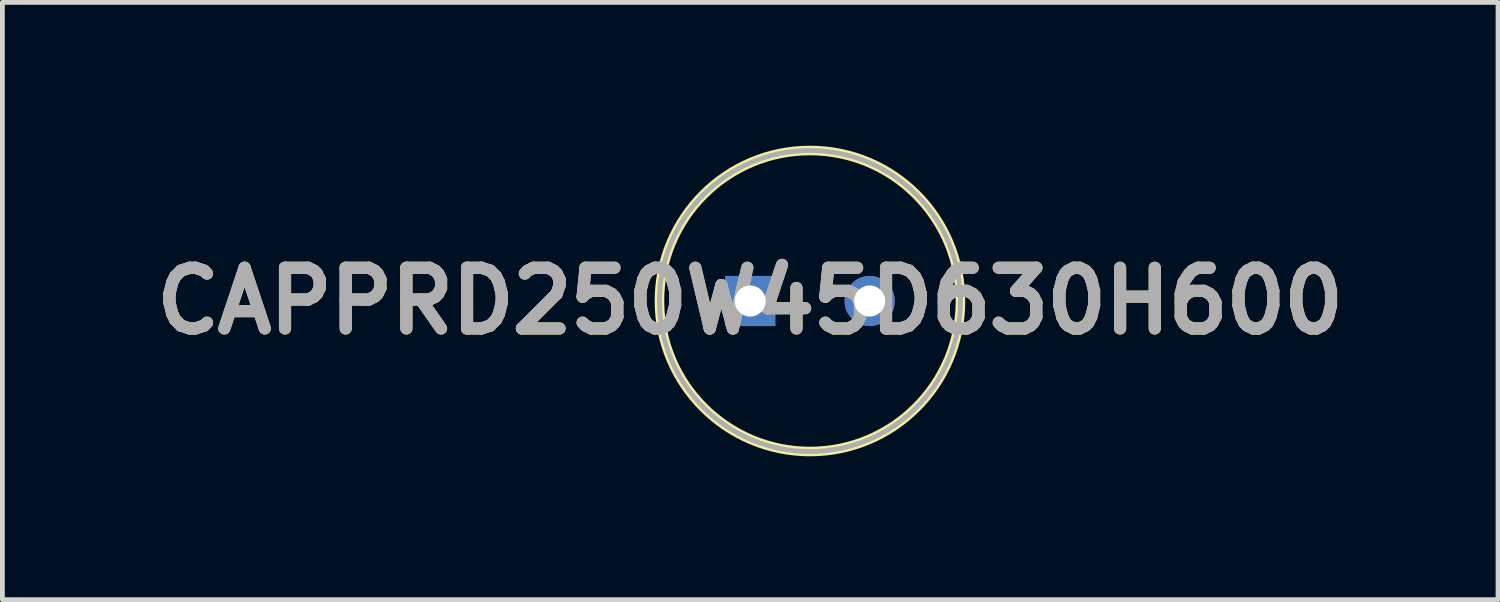
<source format=kicad_pcb>
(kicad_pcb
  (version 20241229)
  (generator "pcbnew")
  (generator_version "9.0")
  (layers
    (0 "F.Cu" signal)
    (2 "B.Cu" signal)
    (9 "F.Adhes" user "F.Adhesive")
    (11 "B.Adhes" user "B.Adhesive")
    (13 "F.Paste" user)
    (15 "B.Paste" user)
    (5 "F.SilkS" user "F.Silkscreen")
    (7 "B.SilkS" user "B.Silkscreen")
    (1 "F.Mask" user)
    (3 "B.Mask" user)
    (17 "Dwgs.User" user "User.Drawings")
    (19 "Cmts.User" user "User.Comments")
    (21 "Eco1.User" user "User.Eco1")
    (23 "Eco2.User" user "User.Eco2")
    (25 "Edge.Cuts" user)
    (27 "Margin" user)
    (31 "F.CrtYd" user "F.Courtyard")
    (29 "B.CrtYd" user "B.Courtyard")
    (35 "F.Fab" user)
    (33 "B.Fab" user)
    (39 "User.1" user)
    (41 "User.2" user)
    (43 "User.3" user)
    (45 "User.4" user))
  (footprint "CAPPRD250W45D630H600"
    (layer "F.Cu")
    (at 12.652 3.25)
    (property "Reference" "CAPPRD250W45D630H600" (at 0 0 0) (layer "F.SilkS") (effects (font (size 1.27 1.27) (thickness 0.254))))
    (attr through_hole)
    (fp_circle (center 1.25 0) (end 1.25 3.15) (stroke (width 0.2) (type solid)) (fill no) (layer "F.SilkS"))
    (fp_circle (center 1.25 0) (end 1.25 3.15) (stroke (width 0.1) (type solid)) (fill no) (layer "F.Fab"))
    (fp_text user "${REFERENCE}" (at 0 0 0) (layer "F.Fab") (effects (font (size 1.27 1.27) (thickness 0.254))))
    (pad "1" thru_hole rect (at 0 0) (size 1.05 1.05) (drill 0.65) (layers "*.Cu" "*.Mask"))
    (pad "2" thru_hole circle (at 2.5 0) (size 1.05 1.05) (drill 0.65) (layers "*.Cu" "*.Mask")))
  (gr_rect
    (start -3 -3)
    (end 28.303 9.5)
    (stroke (width 0.1) (type default))
    (fill no)
    (layer "Edge.Cuts")))
</source>
